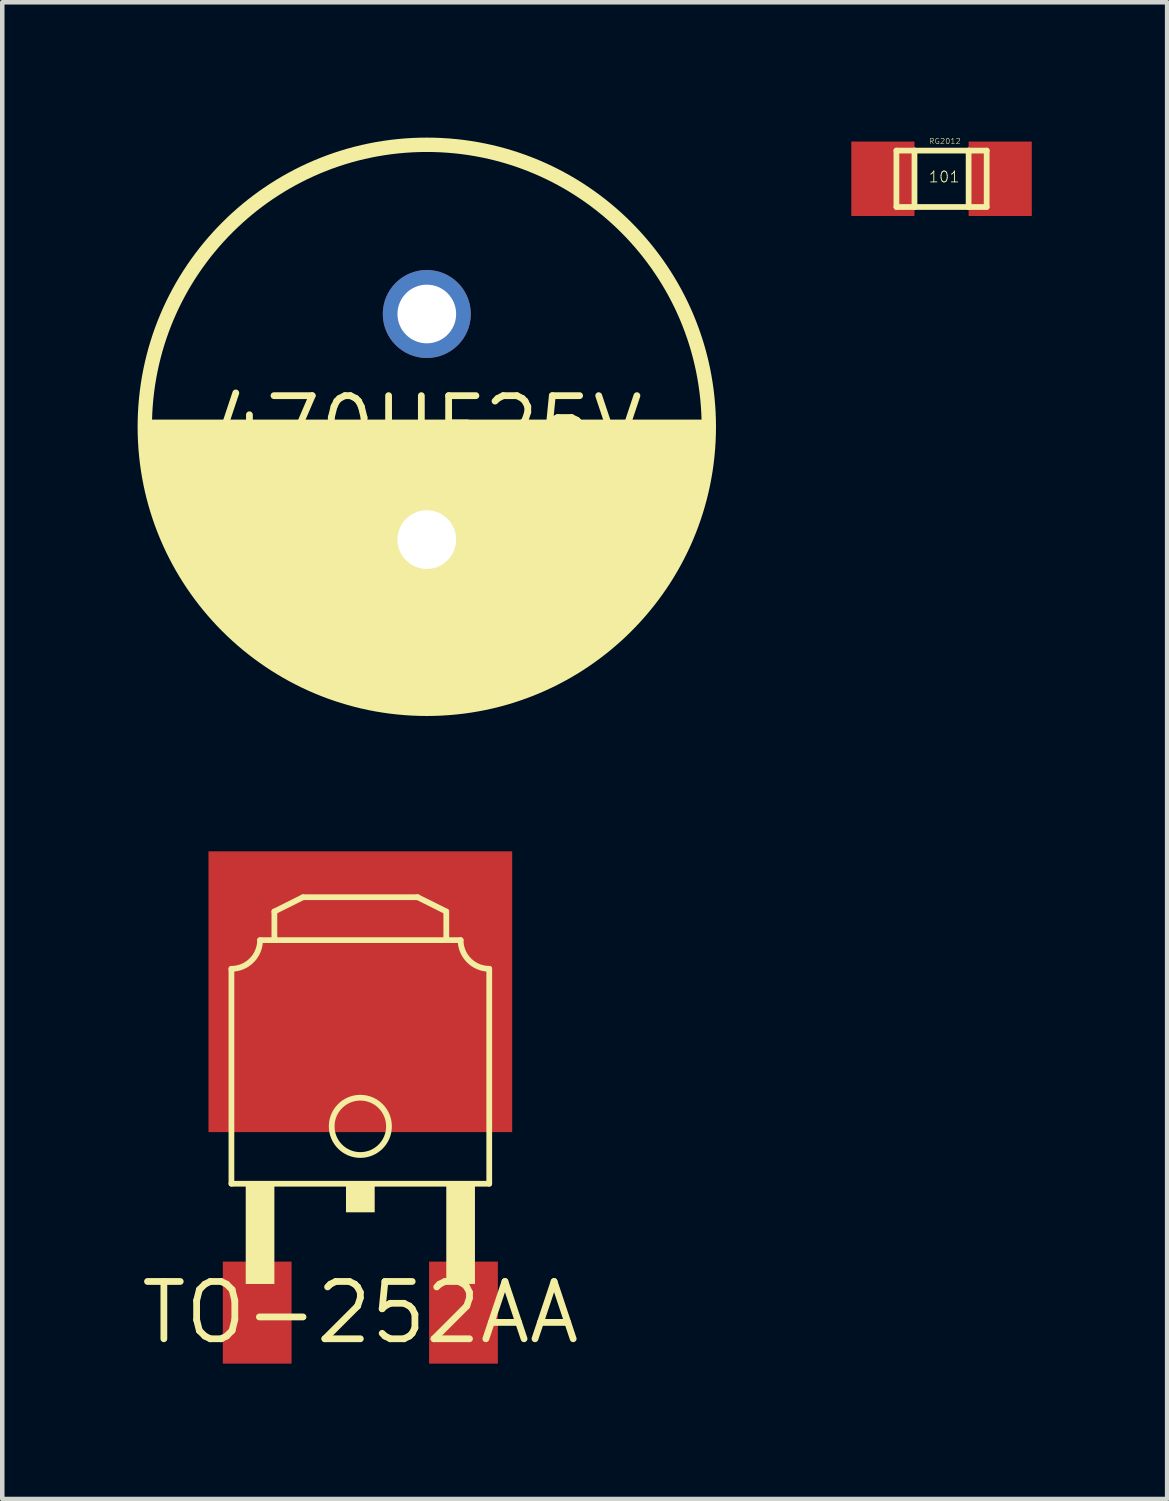
<source format=kicad_pcb>
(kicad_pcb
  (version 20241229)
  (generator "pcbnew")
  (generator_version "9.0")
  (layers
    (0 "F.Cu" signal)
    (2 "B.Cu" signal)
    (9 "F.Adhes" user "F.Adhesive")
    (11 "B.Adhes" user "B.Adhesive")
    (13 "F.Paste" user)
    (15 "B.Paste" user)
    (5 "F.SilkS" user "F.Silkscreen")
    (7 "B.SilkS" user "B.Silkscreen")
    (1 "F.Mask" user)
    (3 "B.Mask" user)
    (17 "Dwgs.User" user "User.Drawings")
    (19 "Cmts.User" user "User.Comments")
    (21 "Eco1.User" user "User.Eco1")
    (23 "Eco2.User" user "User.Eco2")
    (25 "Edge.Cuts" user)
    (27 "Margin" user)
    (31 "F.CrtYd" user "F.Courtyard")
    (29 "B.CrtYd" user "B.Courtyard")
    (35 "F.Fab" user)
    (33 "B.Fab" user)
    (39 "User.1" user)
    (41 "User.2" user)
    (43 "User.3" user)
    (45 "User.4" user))
  (footprint "TO-252AA"
    (layer "F.Cu")
    (at 4.936 26.041)
    (property "Reference" "TO-252AA" (at 0 0 0) (layer "F.SilkS") (effects (font (size 1.27 1.27) (thickness 0.15))))
    (attr through_hole)
    (fp_line (start -2.857 -7.62) (end -2.857 -2.857) (stroke (width 0.127) (type solid)) (layer "F.SilkS"))
    (fp_line (start -2.857 -2.857) (end 2.857 -2.857) (stroke (width 0.127) (type solid)) (layer "F.SilkS"))
    (fp_line (start -1.905 -8.89) (end -1.27 -9.207) (stroke (width 0.127) (type solid)) (layer "F.SilkS"))
    (fp_line (start -1.905 -8.255) (end -2.223 -8.255) (stroke (width 0.127) (type solid)) (layer "F.SilkS"))
    (fp_line (start -1.905 -8.255) (end -1.905 -8.89) (stroke (width 0.127) (type solid)) (layer "F.SilkS"))
    (fp_line (start -1.27 -9.207) (end 1.27 -9.207) (stroke (width 0.127) (type solid)) (layer "F.SilkS"))
    (fp_line (start 1.27 -9.207) (end 1.905 -8.89) (stroke (width 0.127) (type solid)) (layer "F.SilkS"))
    (fp_line (start 1.905 -8.89) (end 1.905 -8.255) (stroke (width 0.127) (type solid)) (layer "F.SilkS"))
    (fp_line (start 1.905 -8.255) (end -1.905 -8.255) (stroke (width 0.127) (type solid)) (layer "F.SilkS"))
    (fp_line (start 2.223 -8.255) (end 1.905 -8.255) (stroke (width 0.127) (type solid)) (layer "F.SilkS"))
    (fp_line (start 2.857 -2.857) (end 2.857 -7.62) (stroke (width 0.127) (type solid)) (layer "F.SilkS"))
    (fp_arc (start -2.2225 -8.255) (mid -2.408487 -7.805987) (end -2.8575 -7.62) (stroke (width 0.127) (type solid)) (layer "F.SilkS"))
    (fp_arc (start 2.8575 -7.62) (mid 2.408487 -7.805987) (end 2.2225 -8.255) (stroke (width 0.127) (type solid)) (layer "F.SilkS"))
    (fp_circle (center 0 -4.128) (end 0.635 -4.128) (stroke (width 0.127) (type solid)) (fill no) (layer "F.SilkS"))
    (fp_poly (pts (xy -2.54 -2.857) (xy -2.54 -0.635) (xy -1.905 -0.635) (xy -1.905 -2.857)) (stroke (width 0) (type solid)) (fill yes) (layer "F.SilkS"))
    (fp_poly (pts (xy -0.318 -2.857) (xy -0.318 -2.223) (xy 0.318 -2.223) (xy 0.318 -2.857)) (stroke (width 0) (type solid)) (fill yes) (layer "F.SilkS"))
    (fp_poly (pts (xy 1.905 -2.857) (xy 1.905 -0.635) (xy 2.54 -0.635) (xy 2.54 -2.857)) (stroke (width 0) (type solid)) (fill yes) (layer "F.SilkS"))
    (pad "D" smd rect (at 0 -7.112) (size 6.731 6.223) (layers "F.Cu" "F.Mask" "F.Paste"))
    (pad "G" smd rect (at -2.286 0 90) (size 2.261 1.524) (layers "F.Cu" "F.Mask" "F.Paste"))
    (pad "S" smd rect (at 2.286 0 90) (size 2.261 1.524) (layers "F.Cu" "F.Mask" "F.Paste")))
  (footprint "RG2012"
    (layer "F.Cu")
    (at 16.517 0.912)
    (property "Reference" "RG2012" (at 1.016 -0.762 180) (layer "F.SilkS") (effects (font (size 0.121 0.121) (thickness 0.01)) (justify left bottom)))
    (attr through_hole)
    (fp_line (start 0.3 -0.625) (end 0.3 0.625) (stroke (width 0.127) (type solid)) (layer "F.SilkS"))
    (fp_line (start 0.3 0.625) (end 0.7 0.625) (stroke (width 0.127) (type solid)) (layer "F.SilkS"))
    (fp_line (start 0.7 -0.625) (end 0.3 -0.625) (stroke (width 0.127) (type solid)) (layer "F.SilkS"))
    (fp_line (start 0.7 -0.625) (end 0.7 0.625) (stroke (width 0.127) (type solid)) (layer "F.SilkS"))
    (fp_line (start 0.7 0.625) (end 1.9 0.625) (stroke (width 0.127) (type solid)) (layer "F.SilkS"))
    (fp_line (start 1.9 -0.625) (end 0.7 -0.625) (stroke (width 0.127) (type solid)) (layer "F.SilkS"))
    (fp_line (start 1.9 -0.625) (end 1.9 0.625) (stroke (width 0.127) (type solid)) (layer "F.SilkS"))
    (fp_line (start 1.9 0.625) (end 2.3 0.625) (stroke (width 0.127) (type solid)) (layer "F.SilkS"))
    (fp_line (start 2.3 -0.625) (end 1.9 -0.625) (stroke (width 0.127) (type solid)) (layer "F.SilkS"))
    (fp_line (start 2.3 0.625) (end 2.3 -0.625) (stroke (width 0.127) (type solid)) (layer "F.SilkS"))
    (fp_text user "101" (at 1 0.1 0) (layer "F.SilkS") (effects (font (size 0.241 0.241) (thickness 0.02)) (justify left bottom)))
    (pad "LEFT" smd rect (at 0 0) (size 1.4 1.65) (layers "F.Cu" "F.Mask" "F.Paste"))
    (pad "RIGHT" smd rect (at 2.6 0) (size 1.4 1.65) (layers "F.Cu" "F.Mask" "F.Paste")))
  (footprint "470UF25V"
    (layer "F.Cu")
    (at 6.409 6.409)
    (property "Reference" "470UF25V" (at 0 0 0) (layer "F.SilkS") (effects (font (size 1.27 1.27) (thickness 0.15))))
    (attr through_hole)
    (fp_line (start -6.2 0) (end 6.2 0) (stroke (width 0.318) (type solid)) (layer "F.SilkS"))
    (fp_circle (center 0 0) (end 6.25 0) (stroke (width 0.318) (type solid)) (fill no) (layer "F.SilkS"))
    (fp_poly (pts (xy -6.2 0) (xy 6.2 0) (xy 6.2 0.5) (xy 6.1 0.9) (xy 6.1 1.2) (xy 6 1.6) (xy 5.6 2.6) (xy 5.1 3.6) (xy 4.7 4.1) (xy 4.2 4.6) (xy 3.6 5.1) (xy 2.5 5.7) (xy 1.4 6.1) (xy 0.8 6.2) (xy -0.2 6.2) (xy -0.9 6.1) (xy -2 5.9) (xy -3.2 5.3) (xy -3.8 4.9) (xy -4.8 4) (xy -5.3 3.3) (xy -5.6 2.7) (xy -6 1.4) (xy -6.1 0.8) (xy -6.2 0.4)) (stroke (width 0) (type solid)) (fill yes) (layer "F.SilkS"))
    (pad "C+" thru_hole circle (at 0 -2.5) (size 1.95 1.95) (drill 1.3) (layers "*.Cu" "*.Mask"))
    (pad "C-" thru_hole circle (at 0 2.5) (size 1.95 1.95) (drill 1.3) (layers "*.Cu" "*.Mask")))
  (gr_rect
    (start -3 -3)
    (end 22.817 30.171)
    (stroke (width 0.1) (type default))
    (fill no)
    (layer "Edge.Cuts")))
</source>
